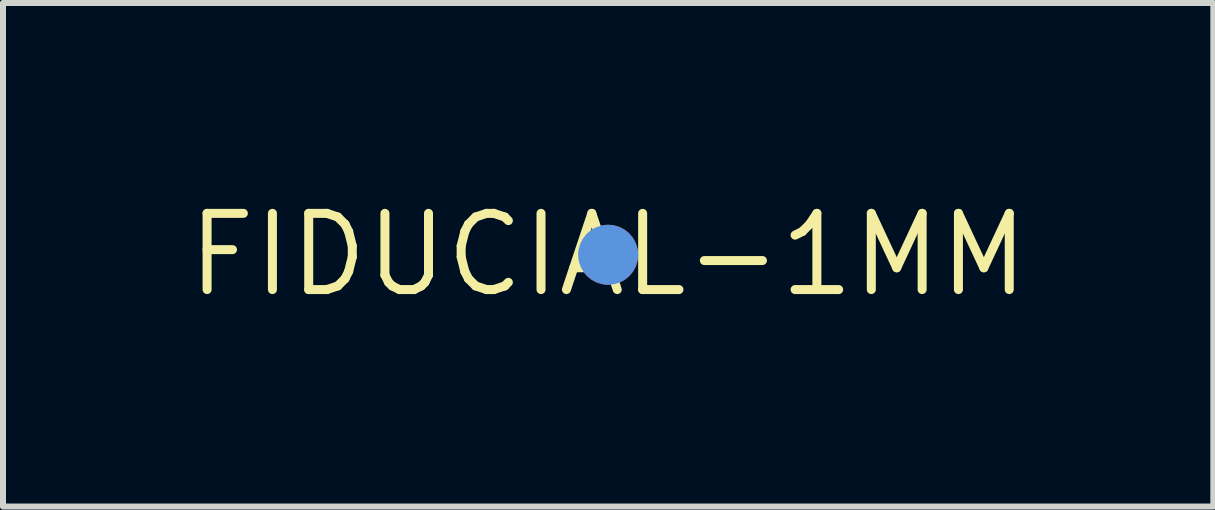
<source format=kicad_pcb>
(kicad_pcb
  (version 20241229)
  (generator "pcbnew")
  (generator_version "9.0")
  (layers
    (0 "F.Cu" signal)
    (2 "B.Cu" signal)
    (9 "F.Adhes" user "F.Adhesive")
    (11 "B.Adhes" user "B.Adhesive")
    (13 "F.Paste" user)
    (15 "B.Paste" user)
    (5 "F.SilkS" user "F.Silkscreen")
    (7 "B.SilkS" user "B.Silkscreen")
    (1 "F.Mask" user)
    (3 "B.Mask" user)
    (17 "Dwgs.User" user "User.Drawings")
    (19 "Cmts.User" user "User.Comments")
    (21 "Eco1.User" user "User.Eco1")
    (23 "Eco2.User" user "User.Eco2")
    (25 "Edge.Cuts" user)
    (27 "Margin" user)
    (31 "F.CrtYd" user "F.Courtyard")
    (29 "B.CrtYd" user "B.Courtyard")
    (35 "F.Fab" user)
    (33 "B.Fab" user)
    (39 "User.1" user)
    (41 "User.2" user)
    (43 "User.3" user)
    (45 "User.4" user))
  (footprint "FIDUCIAL-1MM"
    (layer "F.Cu")
    (at 7.083 1.195)
    (property "Reference" "FIDUCIAL-1MM" (at 0 0 0) (unlocked yes) (layer "F.SilkS") (effects (font (size 1.27 1.27) (thickness 0.15))))
    (fp_circle (center 0 0) (end 0.25 0) (stroke (width 0.5) (type solid)) (fill yes) (layer "F.Cu"))
    (fp_circle (center 0 0) (end 0.5 0) (stroke (width 1) (type solid)) (fill yes) (layer "F.Mask"))
    (fp_circle (center 0 0) (end 0.25 0) (stroke (width 0.5) (type solid)) (fill no) (layer "Cmts.User"))
    (zone (net_name "") (layer "F.Cu") (hatch edge 0.5) (connect_pads) (min_thickness 0.25) (filled_areas_thickness no) (keepout (tracks not_allowed) (vias not_allowed) (pads not_allowed) (copperpour not_allowed) (footprints allowed)) (placement (enabled no)) (fill) (polygon (pts (xy 8.283 1.195) (xy 8.263 0.974) (xy 8.202 0.761) (xy 8.103 0.563) (xy 7.97 0.386) (xy 7.806 0.237) (xy 7.618 0.121) (xy 7.411 0.041) (xy 7.194 0) (xy 6.972 0) (xy 6.755 0.041) (xy 6.548 0.121) (xy 6.36 0.237) (xy 6.196 0.386) (xy 6.063 0.563) (xy 5.964 0.761) (xy 5.903 0.974) (xy 5.883 1.195) (xy 5.903 1.415) (xy 5.964 1.628) (xy 6.063 1.827) (xy 6.196 2.003) (xy 6.36 2.153) (xy 6.548 2.269) (xy 6.755 2.349) (xy 6.972 2.39) (xy 7.194 2.39) (xy 7.411 2.349) (xy 7.618 2.269) (xy 7.806 2.153) (xy 7.97 2.003) (xy 8.103 1.827) (xy 8.202 1.628) (xy 8.263 1.415)))))
  (gr_rect
    (start -3 -3)
    (end 17.166 5.39)
    (stroke (width 0.1) (type default))
    (fill no)
    (layer "Edge.Cuts")))
</source>
